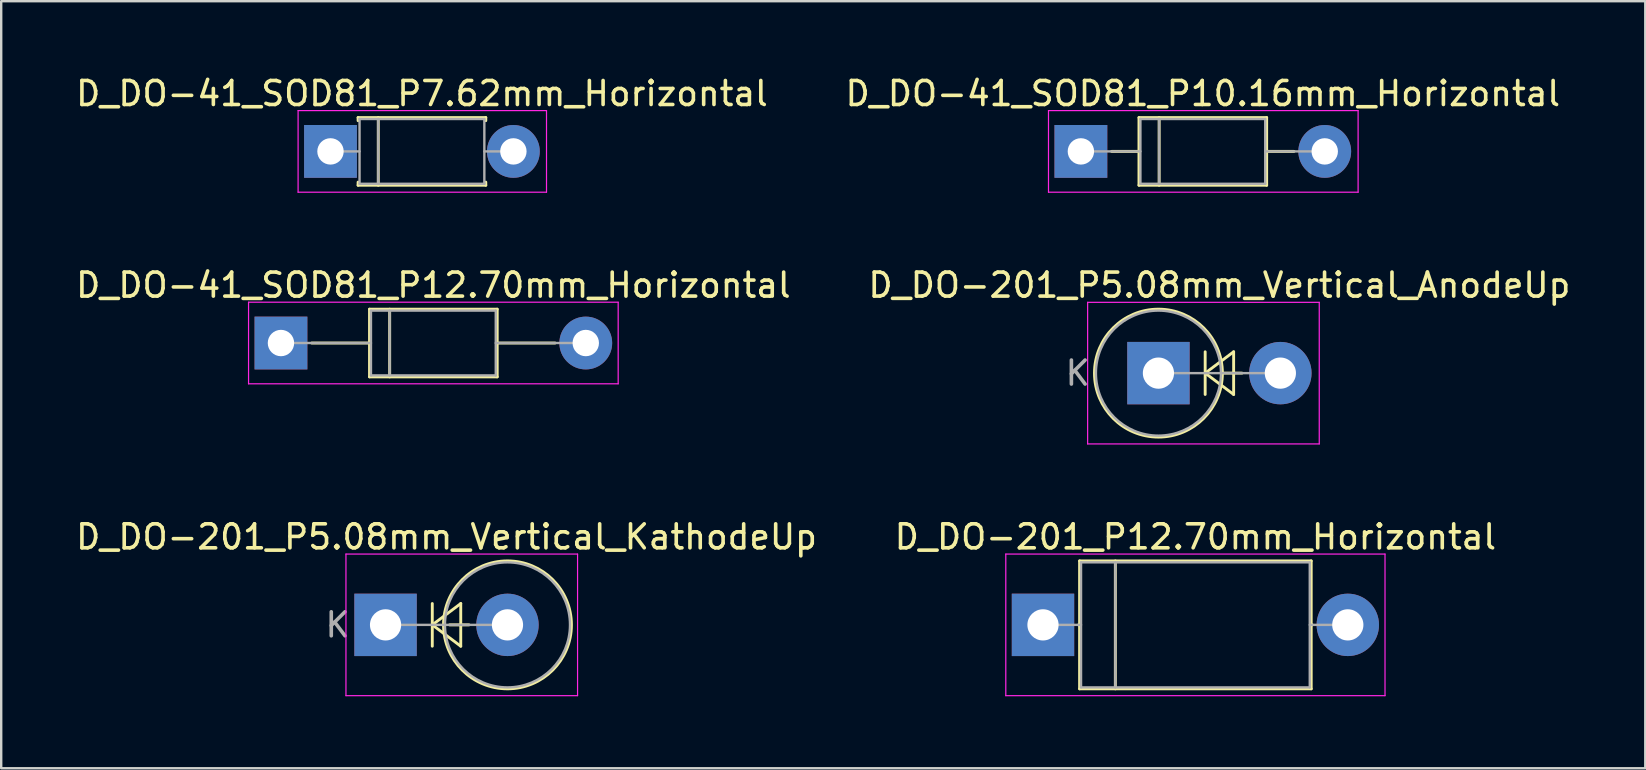
<source format=kicad_pcb>
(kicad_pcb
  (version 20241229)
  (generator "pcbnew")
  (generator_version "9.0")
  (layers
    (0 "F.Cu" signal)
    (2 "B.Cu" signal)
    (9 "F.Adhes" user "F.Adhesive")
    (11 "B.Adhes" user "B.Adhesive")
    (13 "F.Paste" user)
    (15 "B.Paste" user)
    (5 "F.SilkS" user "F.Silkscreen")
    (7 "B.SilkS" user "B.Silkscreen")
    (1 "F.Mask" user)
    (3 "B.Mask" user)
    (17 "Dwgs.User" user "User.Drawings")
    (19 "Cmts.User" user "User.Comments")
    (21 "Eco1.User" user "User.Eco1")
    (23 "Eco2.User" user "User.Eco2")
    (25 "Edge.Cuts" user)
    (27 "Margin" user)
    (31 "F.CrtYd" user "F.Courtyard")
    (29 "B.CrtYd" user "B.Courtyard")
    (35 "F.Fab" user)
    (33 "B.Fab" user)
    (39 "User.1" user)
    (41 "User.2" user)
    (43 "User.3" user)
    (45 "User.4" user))
  (footprint "D_DO-201_P5.08mm_Vertical_AnodeUp"
    (layer "F.Cu")
    (at 45.216 12.496)
    (property "Reference" "D_DO-201_P5.08mm_Vertical_AnodeUp" (at 2.54 -3.665 0) (layer "F.SilkS") (effects (font (size 1 1) (thickness 0.15))))
    (attr through_hole)
    (fp_line (start 1.947 -0.889) (end 1.947 0.889) (stroke (width 0.12) (type solid)) (layer "F.SilkS"))
    (fp_line (start 1.947 0) (end 3.133 -0.889) (stroke (width 0.12) (type solid)) (layer "F.SilkS"))
    (fp_line (start 2.665 0) (end 3.48 0) (stroke (width 0.12) (type solid)) (layer "F.SilkS"))
    (fp_line (start 3.133 -0.889) (end 3.133 0.889) (stroke (width 0.12) (type solid)) (layer "F.SilkS"))
    (fp_line (start 3.133 0.889) (end 1.947 0) (stroke (width 0.12) (type solid)) (layer "F.SilkS"))
    (fp_circle (center 0 0) (end 2.665 0) (stroke (width 0.12) (type solid)) (fill no) (layer "F.SilkS"))
    (fp_line (start -2.95 -2.95) (end -2.95 2.95) (stroke (width 0.05) (type solid)) (layer "F.CrtYd"))
    (fp_line (start -2.95 2.95) (end 6.7 2.95) (stroke (width 0.05) (type solid)) (layer "F.CrtYd"))
    (fp_line (start 6.7 -2.95) (end -2.95 -2.95) (stroke (width 0.05) (type solid)) (layer "F.CrtYd"))
    (fp_line (start 6.7 2.95) (end 6.7 -2.95) (stroke (width 0.05) (type solid)) (layer "F.CrtYd"))
    (fp_line (start 0 0) (end 5.08 0) (stroke (width 0.1) (type solid)) (layer "F.Fab"))
    (fp_circle (center 0 0) (end 2.605 0) (stroke (width 0.1) (type solid)) (fill no) (layer "F.Fab"))
    (fp_text user "K" (at -3.365 0 0) (layer "F.Fab") (effects (font (size 1 1) (thickness 0.15))))
    (pad "1" thru_hole rect (at 0 0) (size 2.6 2.6) (drill 1.3) (layers "*.Cu" "*.Mask"))
    (pad "2" thru_hole oval (at 5.08 0) (size 2.6 2.6) (drill 1.3) (layers "*.Cu" "*.Mask")))
  (footprint "D_DO-41_SOD81_P10.16mm_Horizontal"
    (layer "F.Cu")
    (at 41.985 3.258)
    (property "Reference" "D_DO-41_SOD81_P10.16mm_Horizontal" (at 5.08 -2.41 0) (layer "F.SilkS") (effects (font (size 1 1) (thickness 0.15))))
    (attr through_hole)
    (fp_line (start 1.28 0) (end 2.42 0) (stroke (width 0.12) (type solid)) (layer "F.SilkS"))
    (fp_line (start 2.42 -1.41) (end 2.42 1.41) (stroke (width 0.12) (type solid)) (layer "F.SilkS"))
    (fp_line (start 2.42 1.41) (end 7.74 1.41) (stroke (width 0.12) (type solid)) (layer "F.SilkS"))
    (fp_line (start 3.26 -1.41) (end 3.26 1.41) (stroke (width 0.12) (type solid)) (layer "F.SilkS"))
    (fp_line (start 7.74 -1.41) (end 2.42 -1.41) (stroke (width 0.12) (type solid)) (layer "F.SilkS"))
    (fp_line (start 7.74 1.41) (end 7.74 -1.41) (stroke (width 0.12) (type solid)) (layer "F.SilkS"))
    (fp_line (start 8.88 0) (end 7.74 0) (stroke (width 0.12) (type solid)) (layer "F.SilkS"))
    (fp_line (start -1.35 -1.7) (end -1.35 1.7) (stroke (width 0.05) (type solid)) (layer "F.CrtYd"))
    (fp_line (start -1.35 1.7) (end 11.55 1.7) (stroke (width 0.05) (type solid)) (layer "F.CrtYd"))
    (fp_line (start 11.55 -1.7) (end -1.35 -1.7) (stroke (width 0.05) (type solid)) (layer "F.CrtYd"))
    (fp_line (start 11.55 1.7) (end 11.55 -1.7) (stroke (width 0.05) (type solid)) (layer "F.CrtYd"))
    (fp_line (start 0 0) (end 2.48 0) (stroke (width 0.1) (type solid)) (layer "F.Fab"))
    (fp_line (start 2.48 -1.35) (end 2.48 1.35) (stroke (width 0.1) (type solid)) (layer "F.Fab"))
    (fp_line (start 2.48 1.35) (end 7.68 1.35) (stroke (width 0.1) (type solid)) (layer "F.Fab"))
    (fp_line (start 3.26 -1.35) (end 3.26 1.35) (stroke (width 0.1) (type solid)) (layer "F.Fab"))
    (fp_line (start 7.68 -1.35) (end 2.48 -1.35) (stroke (width 0.1) (type solid)) (layer "F.Fab"))
    (fp_line (start 7.68 1.35) (end 7.68 -1.35) (stroke (width 0.1) (type solid)) (layer "F.Fab"))
    (fp_line (start 10.16 0) (end 7.68 0) (stroke (width 0.1) (type solid)) (layer "F.Fab"))
    (pad "1" thru_hole rect (at 0 0) (size 2.2 2.2) (drill 1.1) (layers "*.Cu" "*.Mask"))
    (pad "2" thru_hole oval (at 10.16 0) (size 2.2 2.2) (drill 1.1) (layers "*.Cu" "*.Mask")))
  (footprint "D_DO-201_P5.08mm_Vertical_KathodeUp"
    (layer "F.Cu")
    (at 13.014 22.985)
    (property "Reference" "D_DO-201_P5.08mm_Vertical_KathodeUp" (at 2.54 -3.665 0) (layer "F.SilkS") (effects (font (size 1 1) (thickness 0.15))))
    (attr through_hole)
    (fp_line (start 1.947 -0.889) (end 1.947 0.889) (stroke (width 0.12) (type solid)) (layer "F.SilkS"))
    (fp_line (start 1.947 0) (end 3.133 -0.889) (stroke (width 0.12) (type solid)) (layer "F.SilkS"))
    (fp_line (start 2.665 0) (end 3.48 0) (stroke (width 0.12) (type solid)) (layer "F.SilkS"))
    (fp_line (start 3.133 -0.889) (end 3.133 0.889) (stroke (width 0.12) (type solid)) (layer "F.SilkS"))
    (fp_line (start 3.133 0.889) (end 1.947 0) (stroke (width 0.12) (type solid)) (layer "F.SilkS"))
    (fp_circle (center 5.08 0) (end 7.745 0) (stroke (width 0.12) (type solid)) (fill no) (layer "F.SilkS"))
    (fp_line (start -1.65 -2.95) (end -1.65 2.95) (stroke (width 0.05) (type solid)) (layer "F.CrtYd"))
    (fp_line (start -1.65 2.95) (end 8 2.95) (stroke (width 0.05) (type solid)) (layer "F.CrtYd"))
    (fp_line (start 8 -2.95) (end -1.65 -2.95) (stroke (width 0.05) (type solid)) (layer "F.CrtYd"))
    (fp_line (start 8 2.95) (end 8 -2.95) (stroke (width 0.05) (type solid)) (layer "F.CrtYd"))
    (fp_line (start 0 0) (end 5.08 0) (stroke (width 0.1) (type solid)) (layer "F.Fab"))
    (fp_circle (center 5.08 0) (end 7.685 0) (stroke (width 0.1) (type solid)) (fill no) (layer "F.Fab"))
    (fp_text user "K" (at -2 0 0) (layer "F.Fab") (effects (font (size 1 1) (thickness 0.15))))
    (pad "1" thru_hole rect (at 0 0) (size 2.6 2.6) (drill 1.3) (layers "*.Cu" "*.Mask"))
    (pad "2" thru_hole oval (at 5.08 0) (size 2.6 2.6) (drill 1.3) (layers "*.Cu" "*.Mask")))
  (footprint "D_DO-201_P12.70mm_Horizontal"
    (layer "F.Cu")
    (at 40.406 22.985)
    (property "Reference" "D_DO-201_P12.70mm_Horizontal" (at 6.35 -3.665 0) (layer "F.SilkS") (effects (font (size 1 1) (thickness 0.15))))
    (attr through_hole)
    (fp_line (start 1.48 0) (end 1.525 0) (stroke (width 0.12) (type solid)) (layer "F.SilkS"))
    (fp_line (start 1.525 -2.665) (end 1.525 2.665) (stroke (width 0.12) (type solid)) (layer "F.SilkS"))
    (fp_line (start 1.525 2.665) (end 11.175 2.665) (stroke (width 0.12) (type solid)) (layer "F.SilkS"))
    (fp_line (start 3.014 -2.665) (end 3.014 2.665) (stroke (width 0.12) (type solid)) (layer "F.SilkS"))
    (fp_line (start 11.175 -2.665) (end 1.525 -2.665) (stroke (width 0.12) (type solid)) (layer "F.SilkS"))
    (fp_line (start 11.175 2.665) (end 11.175 -2.665) (stroke (width 0.12) (type solid)) (layer "F.SilkS"))
    (fp_line (start 11.22 0) (end 11.175 0) (stroke (width 0.12) (type solid)) (layer "F.SilkS"))
    (fp_line (start -1.55 -2.95) (end -1.55 2.95) (stroke (width 0.05) (type solid)) (layer "F.CrtYd"))
    (fp_line (start -1.55 2.95) (end 14.25 2.95) (stroke (width 0.05) (type solid)) (layer "F.CrtYd"))
    (fp_line (start 14.25 -2.95) (end -1.55 -2.95) (stroke (width 0.05) (type solid)) (layer "F.CrtYd"))
    (fp_line (start 14.25 2.95) (end 14.25 -2.95) (stroke (width 0.05) (type solid)) (layer "F.CrtYd"))
    (fp_line (start 0 0) (end 1.585 0) (stroke (width 0.1) (type solid)) (layer "F.Fab"))
    (fp_line (start 1.585 -2.605) (end 1.585 2.605) (stroke (width 0.1) (type solid)) (layer "F.Fab"))
    (fp_line (start 1.585 2.605) (end 11.115 2.605) (stroke (width 0.1) (type solid)) (layer "F.Fab"))
    (fp_line (start 3.014 -2.605) (end 3.014 2.605) (stroke (width 0.1) (type solid)) (layer "F.Fab"))
    (fp_line (start 11.115 -2.605) (end 1.585 -2.605) (stroke (width 0.1) (type solid)) (layer "F.Fab"))
    (fp_line (start 11.115 2.605) (end 11.115 -2.605) (stroke (width 0.1) (type solid)) (layer "F.Fab"))
    (fp_line (start 12.7 0) (end 11.115 0) (stroke (width 0.1) (type solid)) (layer "F.Fab"))
    (pad "1" thru_hole rect (at 0 0) (size 2.6 2.6) (drill 1.3) (layers "*.Cu" "*.Mask"))
    (pad "2" thru_hole oval (at 12.7 0) (size 2.6 2.6) (drill 1.3) (layers "*.Cu" "*.Mask")))
  (footprint "D_DO-41_SOD81_P7.62mm_Horizontal"
    (layer "F.Cu")
    (at 10.72 3.258)
    (property "Reference" "D_DO-41_SOD81_P7.62mm_Horizontal" (at 3.81 -2.41 0) (layer "F.SilkS") (effects (font (size 1 1) (thickness 0.15))))
    (attr through_hole)
    (fp_line (start 1.15 -1.41) (end 6.47 -1.41) (stroke (width 0.12) (type solid)) (layer "F.SilkS"))
    (fp_line (start 1.15 -1.28) (end 1.15 -1.41) (stroke (width 0.12) (type solid)) (layer "F.SilkS"))
    (fp_line (start 1.15 1.28) (end 1.15 1.41) (stroke (width 0.12) (type solid)) (layer "F.SilkS"))
    (fp_line (start 1.15 1.41) (end 6.47 1.41) (stroke (width 0.12) (type solid)) (layer "F.SilkS"))
    (fp_line (start 1.99 -1.41) (end 1.99 1.41) (stroke (width 0.12) (type solid)) (layer "F.SilkS"))
    (fp_line (start 6.47 -1.41) (end 6.47 -1.28) (stroke (width 0.12) (type solid)) (layer "F.SilkS"))
    (fp_line (start 6.47 1.41) (end 6.47 1.28) (stroke (width 0.12) (type solid)) (layer "F.SilkS"))
    (fp_line (start -1.35 -1.7) (end -1.35 1.7) (stroke (width 0.05) (type solid)) (layer "F.CrtYd"))
    (fp_line (start -1.35 1.7) (end 9 1.7) (stroke (width 0.05) (type solid)) (layer "F.CrtYd"))
    (fp_line (start 9 -1.7) (end -1.35 -1.7) (stroke (width 0.05) (type solid)) (layer "F.CrtYd"))
    (fp_line (start 9 1.7) (end 9 -1.7) (stroke (width 0.05) (type solid)) (layer "F.CrtYd"))
    (fp_line (start 0 0) (end 1.21 0) (stroke (width 0.1) (type solid)) (layer "F.Fab"))
    (fp_line (start 1.21 -1.35) (end 1.21 1.35) (stroke (width 0.1) (type solid)) (layer "F.Fab"))
    (fp_line (start 1.21 1.35) (end 6.41 1.35) (stroke (width 0.1) (type solid)) (layer "F.Fab"))
    (fp_line (start 1.99 -1.35) (end 1.99 1.35) (stroke (width 0.1) (type solid)) (layer "F.Fab"))
    (fp_line (start 6.41 -1.35) (end 1.21 -1.35) (stroke (width 0.1) (type solid)) (layer "F.Fab"))
    (fp_line (start 6.41 1.35) (end 6.41 -1.35) (stroke (width 0.1) (type solid)) (layer "F.Fab"))
    (fp_line (start 7.62 0) (end 6.41 0) (stroke (width 0.1) (type solid)) (layer "F.Fab"))
    (pad "1" thru_hole rect (at 0 0) (size 2.2 2.2) (drill 1.1) (layers "*.Cu" "*.Mask"))
    (pad "2" thru_hole oval (at 7.62 0) (size 2.2 2.2) (drill 1.1) (layers "*.Cu" "*.Mask")))
  (footprint "D_DO-41_SOD81_P12.70mm_Horizontal"
    (layer "F.Cu")
    (at 8.656 11.242)
    (property "Reference" "D_DO-41_SOD81_P12.70mm_Horizontal" (at 6.35 -2.41 0) (layer "F.SilkS") (effects (font (size 1 1) (thickness 0.15))))
    (attr through_hole)
    (fp_line (start 1.28 0) (end 3.69 0) (stroke (width 0.12) (type solid)) (layer "F.SilkS"))
    (fp_line (start 3.69 -1.41) (end 3.69 1.41) (stroke (width 0.12) (type solid)) (layer "F.SilkS"))
    (fp_line (start 3.69 1.41) (end 9.01 1.41) (stroke (width 0.12) (type solid)) (layer "F.SilkS"))
    (fp_line (start 4.53 -1.41) (end 4.53 1.41) (stroke (width 0.12) (type solid)) (layer "F.SilkS"))
    (fp_line (start 9.01 -1.41) (end 3.69 -1.41) (stroke (width 0.12) (type solid)) (layer "F.SilkS"))
    (fp_line (start 9.01 1.41) (end 9.01 -1.41) (stroke (width 0.12) (type solid)) (layer "F.SilkS"))
    (fp_line (start 11.42 0) (end 9.01 0) (stroke (width 0.12) (type solid)) (layer "F.SilkS"))
    (fp_line (start -1.35 -1.7) (end -1.35 1.7) (stroke (width 0.05) (type solid)) (layer "F.CrtYd"))
    (fp_line (start -1.35 1.7) (end 14.05 1.7) (stroke (width 0.05) (type solid)) (layer "F.CrtYd"))
    (fp_line (start 14.05 -1.7) (end -1.35 -1.7) (stroke (width 0.05) (type solid)) (layer "F.CrtYd"))
    (fp_line (start 14.05 1.7) (end 14.05 -1.7) (stroke (width 0.05) (type solid)) (layer "F.CrtYd"))
    (fp_line (start 0 0) (end 3.75 0) (stroke (width 0.1) (type solid)) (layer "F.Fab"))
    (fp_line (start 3.75 -1.35) (end 3.75 1.35) (stroke (width 0.1) (type solid)) (layer "F.Fab"))
    (fp_line (start 3.75 1.35) (end 8.95 1.35) (stroke (width 0.1) (type solid)) (layer "F.Fab"))
    (fp_line (start 4.53 -1.35) (end 4.53 1.35) (stroke (width 0.1) (type solid)) (layer "F.Fab"))
    (fp_line (start 8.95 -1.35) (end 3.75 -1.35) (stroke (width 0.1) (type solid)) (layer "F.Fab"))
    (fp_line (start 8.95 1.35) (end 8.95 -1.35) (stroke (width 0.1) (type solid)) (layer "F.Fab"))
    (fp_line (start 12.7 0) (end 8.95 0) (stroke (width 0.1) (type solid)) (layer "F.Fab"))
    (pad "1" thru_hole rect (at 0 0) (size 2.2 2.2) (drill 1.1) (layers "*.Cu" "*.Mask"))
    (pad "2" thru_hole oval (at 12.7 0) (size 2.2 2.2) (drill 1.1) (layers "*.Cu" "*.Mask")))
  (gr_rect
    (start -3 -3)
    (end 65.5 28.96)
    (stroke (width 0.1) (type default))
    (fill no)
    (layer "Edge.Cuts")))
</source>
